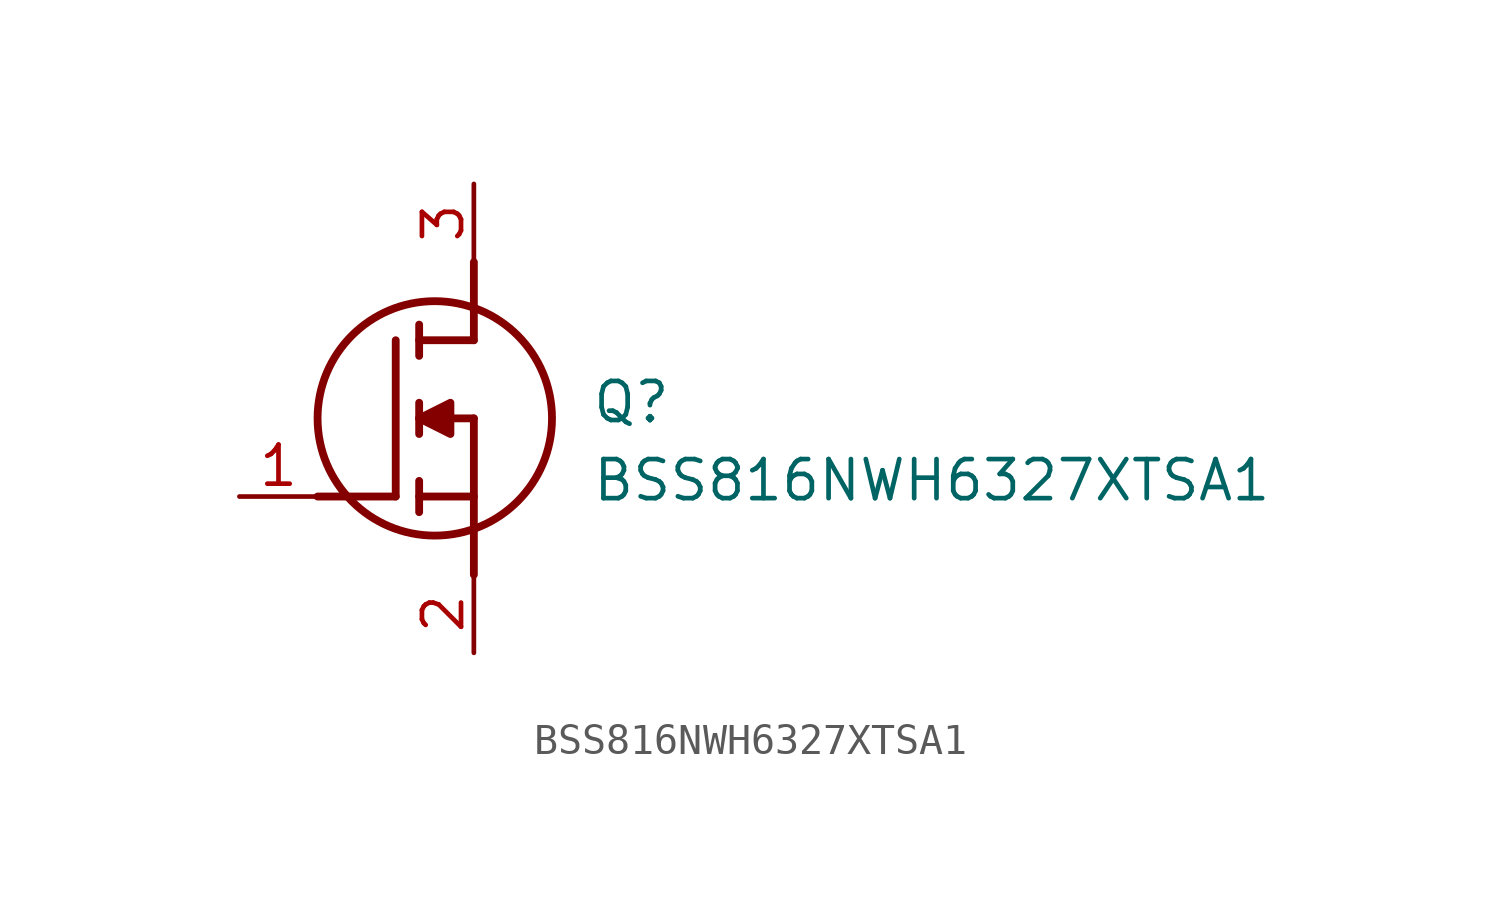
<source format=kicad_sym>
(kicad_symbol_lib
  (version 20211014)
  (generator SamacSys_ECAD_Model)
  (symbol "BSS816NWH6327XTSA1"
    (pin_names hide)
    (property "Reference" "Q"
      (at 11.43 3.81 0)
      (effects (font (size 1.27 1.27)) (justify left top)))
    (property "Value" "BSS816NWH6327XTSA1"
      (at 11.43 1.27 0)
      (effects (font (size 1.27 1.27)) (justify left top)))
    (polyline
      (pts (xy 7.62 2.54) (xy 7.62 -2.54))
      (stroke (width 0.254) (type default))
      (fill (type none)))
    (polyline
      (pts (xy 7.62 5.08) (xy 7.62 7.62))
      (stroke (width 0.254) (type default))
      (fill (type none)))
    (polyline
      (pts (xy 2.54 0) (xy 5.08 0))
      (stroke (width 0.254) (type default))
      (fill (type none)))
    (polyline
      (pts (xy 5.08 5.08) (xy 5.08 0))
      (stroke (width 0.254) (type default))
      (fill (type none)))
    (polyline
      (pts (xy 7.62 2.54) (xy 5.842 2.54))
      (stroke (width 0.254) (type default))
      (fill (type none)))
    (polyline
      (pts (xy 7.62 5.08) (xy 5.842 5.08))
      (stroke (width 0.254) (type default))
      (fill (type none)))
    (polyline
      (pts (xy 5.842 0) (xy 7.62 0))
      (stroke (width 0.254) (type default))
      (fill (type none)))
    (polyline
      (pts (xy 5.842 5.588) (xy 5.842 4.572))
      (stroke (width 0.254) (type default))
      (fill (type none)))
    (polyline
      (pts (xy 5.842 -0.508) (xy 5.842 0.508))
      (stroke (width 0.254) (type default))
      (fill (type none)))
    (polyline
      (pts (xy 5.842 2.032) (xy 5.842 3.048))
      (stroke (width 0.254) (type default))
      (fill (type none)))
    (circle
      (center 6.35 2.54)
      (radius 3.81)
      (stroke (width 0.254) (type default))
      (fill (type none)))
    (polyline
      (pts (xy 5.842 2.54) (xy 6.858 3.048) (xy 6.858 2.032) (xy 5.842 2.54))
      (stroke (width 0.254) (type default))
      (fill (type outline)))
    (pin passive line
      (at 0 0 0)
      (length 2.54)
      (name "G" (effects (font (size 1.27 1.27))))
      (number "1" (effects (font (size 1.27 1.27)))))
    (pin passive line
      (at 7.62 10.16 270)
      (length 2.54)
      (name "D" (effects (font (size 1.27 1.27))))
      (number "3" (effects (font (size 1.27 1.27)))))
    (pin passive line
      (at 7.62 -5.08 90)
      (length 2.54)
      (name "S" (effects (font (size 1.27 1.27))))
      (number "2" (effects (font (size 1.27 1.27)))))))
</source>
